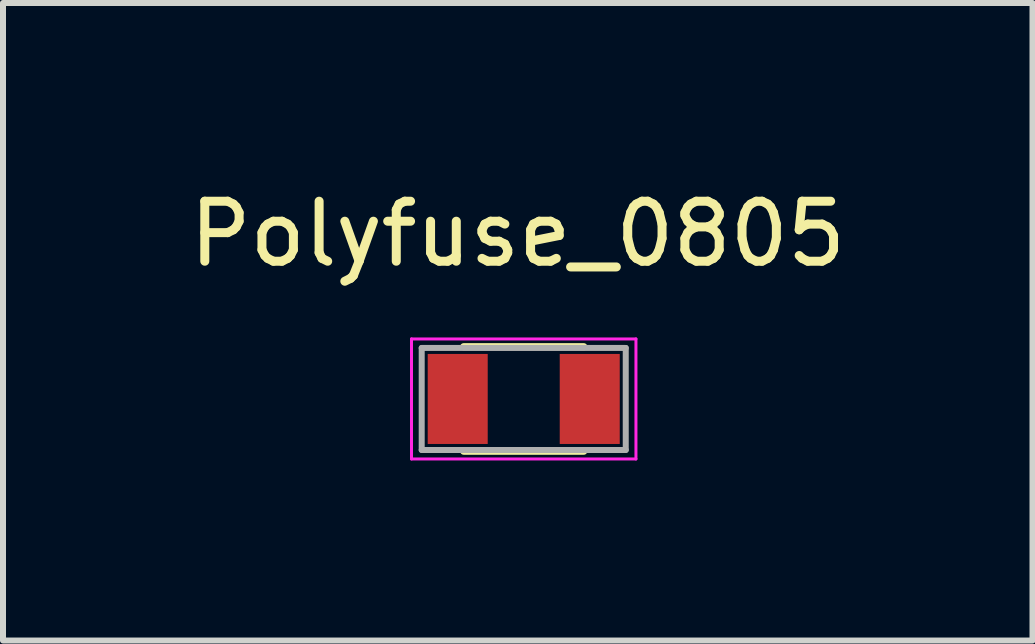
<source format=kicad_pcb>
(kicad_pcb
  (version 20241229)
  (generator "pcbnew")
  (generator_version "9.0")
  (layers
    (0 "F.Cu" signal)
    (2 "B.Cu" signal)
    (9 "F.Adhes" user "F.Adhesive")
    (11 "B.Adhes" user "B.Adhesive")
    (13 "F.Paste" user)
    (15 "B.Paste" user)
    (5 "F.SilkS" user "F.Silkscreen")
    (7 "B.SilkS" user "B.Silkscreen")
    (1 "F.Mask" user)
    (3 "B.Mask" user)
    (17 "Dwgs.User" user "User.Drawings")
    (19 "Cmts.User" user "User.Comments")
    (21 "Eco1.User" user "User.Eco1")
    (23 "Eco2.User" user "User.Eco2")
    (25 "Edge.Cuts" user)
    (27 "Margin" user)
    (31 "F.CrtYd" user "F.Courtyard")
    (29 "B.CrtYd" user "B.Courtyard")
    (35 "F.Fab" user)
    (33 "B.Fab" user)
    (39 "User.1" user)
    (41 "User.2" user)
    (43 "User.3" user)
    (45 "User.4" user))
  (footprint "Polyfuse_0805"
    (layer "F.Cu")
    (at 5.677 3.598)
    (property "Reference" "Polyfuse_0805" (at -0.1 -2.75 0) (layer "F.SilkS") (effects (font (size 1 1) (thickness 0.15))))
    (attr smd)
    (fp_line (start -1 -0.87) (end 1 -0.87) (stroke (width 0.12) (type solid)) (layer "F.SilkS"))
    (fp_line (start 1 0.87) (end -1 0.87) (stroke (width 0.12) (type solid)) (layer "F.SilkS"))
    (fp_line (start -1.87 -1) (end -1.87 1) (stroke (width 0.05) (type solid)) (layer "F.CrtYd"))
    (fp_line (start -1.87 -1) (end 1.87 -1) (stroke (width 0.05) (type solid)) (layer "F.CrtYd"))
    (fp_line (start 1.87 1) (end -1.87 1) (stroke (width 0.05) (type solid)) (layer "F.CrtYd"))
    (fp_line (start 1.87 1) (end 1.87 -1) (stroke (width 0.05) (type solid)) (layer "F.CrtYd"))
    (fp_line (start -1.7 -0.85) (end 1.7 -0.85) (stroke (width 0.1) (type solid)) (layer "F.Fab"))
    (fp_line (start -1.7 0.85) (end -1.7 -0.85) (stroke (width 0.1) (type solid)) (layer "F.Fab"))
    (fp_line (start 1.7 -0.85) (end 1.7 0.85) (stroke (width 0.1) (type solid)) (layer "F.Fab"))
    (fp_line (start 1.7 0.85) (end -1.7 0.85) (stroke (width 0.1) (type solid)) (layer "F.Fab"))
    (pad "1" smd rect (at -1.1 0 90) (size 1.5 1) (layers "F.Cu" "F.Mask" "F.Paste"))
    (pad "2" smd rect (at 1.1 0 90) (size 1.5 1) (layers "F.Cu" "F.Mask" "F.Paste")))
  (gr_rect
    (start -3 -3)
    (end 14.155 7.623)
    (stroke (width 0.1) (type default))
    (fill no)
    (layer "Edge.Cuts")))
</source>
